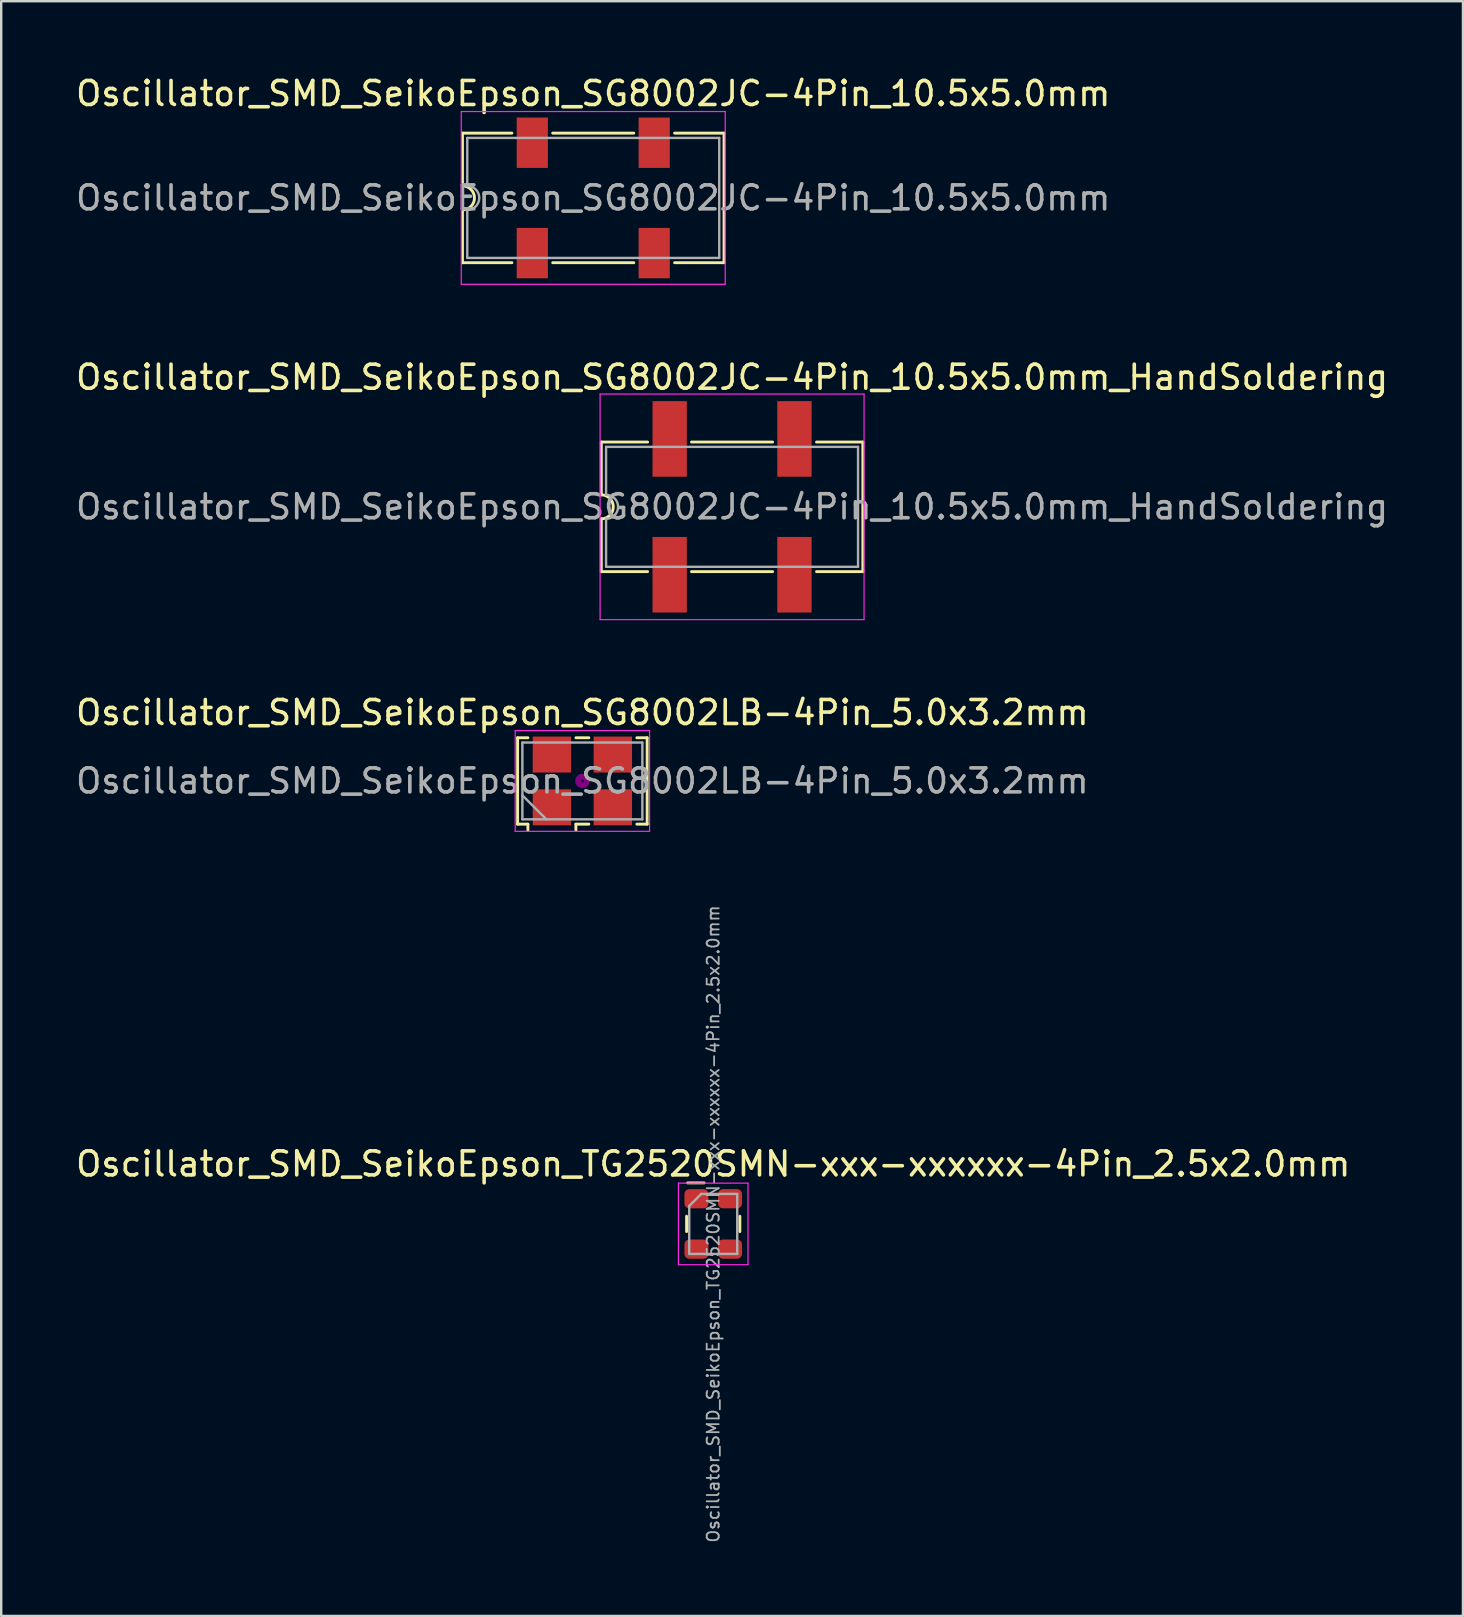
<source format=kicad_pcb>
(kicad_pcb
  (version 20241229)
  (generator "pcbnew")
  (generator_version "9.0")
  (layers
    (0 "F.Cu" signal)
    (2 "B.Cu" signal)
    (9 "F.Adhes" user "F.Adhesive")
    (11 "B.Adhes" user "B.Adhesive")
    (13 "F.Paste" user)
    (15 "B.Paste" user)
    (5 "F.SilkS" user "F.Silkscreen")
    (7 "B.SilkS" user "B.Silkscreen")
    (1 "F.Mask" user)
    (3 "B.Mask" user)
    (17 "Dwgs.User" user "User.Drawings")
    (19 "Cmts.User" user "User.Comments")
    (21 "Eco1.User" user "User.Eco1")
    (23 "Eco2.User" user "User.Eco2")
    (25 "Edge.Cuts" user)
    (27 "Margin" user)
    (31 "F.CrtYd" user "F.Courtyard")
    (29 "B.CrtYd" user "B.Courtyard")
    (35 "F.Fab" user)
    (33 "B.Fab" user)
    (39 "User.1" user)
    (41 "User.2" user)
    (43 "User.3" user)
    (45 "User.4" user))
  (footprint "Oscillator_SMD_SeikoEpson_SG8002JC-4Pin_10.5x5.0mm_HandSoldering"
    (layer "F.Cu")
    (at 27.458 18.072)
    (property "Reference" "Oscillator_SMD_SeikoEpson_SG8002JC-4Pin_10.5x5.0mm_HandSoldering" (at 0 -5.4 0) (layer "F.SilkS") (effects (font (size 1 1) (thickness 0.15))))
    (attr smd)
    (fp_line (start -5.45 -2.7) (end -3.52 -2.7) (stroke (width 0.12) (type solid)) (layer "F.SilkS"))
    (fp_line (start -5.45 -0.5) (end -5.45 -2.7) (stroke (width 0.12) (type solid)) (layer "F.SilkS"))
    (fp_line (start -5.45 2.7) (end -5.45 0.5) (stroke (width 0.12) (type solid)) (layer "F.SilkS"))
    (fp_line (start -5.45 2.7) (end -3.52 2.7) (stroke (width 0.12) (type solid)) (layer "F.SilkS"))
    (fp_line (start -1.69 -2.7) (end 1.69 -2.7) (stroke (width 0.12) (type solid)) (layer "F.SilkS"))
    (fp_line (start 1.69 2.7) (end -1.69 2.7) (stroke (width 0.12) (type solid)) (layer "F.SilkS"))
    (fp_line (start 3.52 -2.7) (end 5.45 -2.7) (stroke (width 0.12) (type solid)) (layer "F.SilkS"))
    (fp_line (start 5.45 -2.7) (end 5.45 2.7) (stroke (width 0.12) (type solid)) (layer "F.SilkS"))
    (fp_line (start 5.45 2.7) (end 3.52 2.7) (stroke (width 0.12) (type solid)) (layer "F.SilkS"))
    (fp_arc (start -5.45 -0.5) (mid -4.95 0) (end -5.45 0.5) (stroke (width 0.12) (type solid)) (layer "F.SilkS"))
    (fp_line (start -5.5 -4.7) (end -5.5 4.7) (stroke (width 0.05) (type solid)) (layer "F.CrtYd"))
    (fp_line (start -5.5 4.7) (end 5.5 4.7) (stroke (width 0.05) (type solid)) (layer "F.CrtYd"))
    (fp_line (start 5.5 -4.7) (end -5.5 -4.7) (stroke (width 0.05) (type solid)) (layer "F.CrtYd"))
    (fp_line (start 5.5 4.7) (end 5.5 -4.7) (stroke (width 0.05) (type solid)) (layer "F.CrtYd"))
    (fp_line (start -5.25 -2.5) (end 5.25 -2.5) (stroke (width 0.1) (type solid)) (layer "F.Fab"))
    (fp_line (start -5.25 -0.5) (end -5.25 -2.5) (stroke (width 0.1) (type solid)) (layer "F.Fab"))
    (fp_line (start -5.25 2.5) (end -5.25 0.5) (stroke (width 0.1) (type solid)) (layer "F.Fab"))
    (fp_line (start 5.25 -2.5) (end 5.25 2.5) (stroke (width 0.1) (type solid)) (layer "F.Fab"))
    (fp_line (start 5.25 2.5) (end -5.25 2.5) (stroke (width 0.1) (type solid)) (layer "F.Fab"))
    (fp_arc (start -5.25 -0.5) (mid -4.75 0) (end -5.25 0.5) (stroke (width 0.1) (type solid)) (layer "F.Fab"))
    (fp_text user "${REFERENCE}" (at 0 0 0) (layer "F.Fab") (effects (font (size 1 1) (thickness 0.15))))
    (pad "1" smd rect (at -2.6 2.83) (size 1.43 3.15) (layers "F.Cu" "F.Mask" "F.Paste"))
    (pad "2" smd rect (at 2.6 2.83) (size 1.43 3.15) (layers "F.Cu" "F.Mask" "F.Paste"))
    (pad "3" smd rect (at 2.6 -2.83) (size 1.43 3.15) (layers "F.Cu" "F.Mask" "F.Paste"))
    (pad "4" smd rect (at -2.6 -2.83) (size 1.43 3.15) (layers "F.Cu" "F.Mask" "F.Paste")))
  (footprint "Oscillator_SMD_SeikoEpson_SG8002LB-4Pin_5.0x3.2mm"
    (layer "F.Cu")
    (at 21.22 29.495)
    (property "Reference" "Oscillator_SMD_SeikoEpson_SG8002LB-4Pin_5.0x3.2mm" (at 0 -2.85 0) (layer "F.SilkS") (effects (font (size 1 1) (thickness 0.15))))
    (attr smd)
    (fp_line (start -2.7 -1.8) (end -2.27 -1.8) (stroke (width 0.12) (type solid)) (layer "F.SilkS"))
    (fp_line (start -2.7 1.8) (end -2.7 -1.8) (stroke (width 0.12) (type solid)) (layer "F.SilkS"))
    (fp_line (start -2.27 1.8) (end -2.7 1.8) (stroke (width 0.12) (type solid)) (layer "F.SilkS"))
    (fp_line (start -2.27 2.05) (end -2.27 1.8) (stroke (width 0.12) (type solid)) (layer "F.SilkS"))
    (fp_line (start -0.27 -1.8) (end 0.27 -1.8) (stroke (width 0.12) (type solid)) (layer "F.SilkS"))
    (fp_line (start -0.27 1.8) (end -0.27 2.05) (stroke (width 0.12) (type solid)) (layer "F.SilkS"))
    (fp_line (start 0.27 1.8) (end -0.27 1.8) (stroke (width 0.12) (type solid)) (layer "F.SilkS"))
    (fp_line (start 2.27 -1.8) (end 2.7 -1.8) (stroke (width 0.12) (type solid)) (layer "F.SilkS"))
    (fp_line (start 2.7 -1.8) (end 2.7 1.8) (stroke (width 0.12) (type solid)) (layer "F.SilkS"))
    (fp_line (start 2.7 1.8) (end 2.27 1.8) (stroke (width 0.12) (type solid)) (layer "F.SilkS"))
    (fp_circle (center 0 0) (end 0.058 0) (stroke (width 0.117) (type solid)) (fill no) (layer "F.Adhes"))
    (fp_circle (center 0 0) (end 0.133 0) (stroke (width 0.083) (type solid)) (fill no) (layer "F.Adhes"))
    (fp_circle (center 0 0) (end 0.208 0) (stroke (width 0.083) (type solid)) (fill no) (layer "F.Adhes"))
    (fp_circle (center 0 0) (end 0.25 0) (stroke (width 0.1) (type solid)) (fill no) (layer "F.Adhes"))
    (fp_line (start -2.8 -2.1) (end -2.8 2.1) (stroke (width 0.05) (type solid)) (layer "F.CrtYd"))
    (fp_line (start -2.8 2.1) (end 2.8 2.1) (stroke (width 0.05) (type solid)) (layer "F.CrtYd"))
    (fp_line (start 2.8 -2.1) (end -2.8 -2.1) (stroke (width 0.05) (type solid)) (layer "F.CrtYd"))
    (fp_line (start 2.8 2.1) (end 2.8 -2.1) (stroke (width 0.05) (type solid)) (layer "F.CrtYd"))
    (fp_line (start -2.5 -1.6) (end -2.5 1.6) (stroke (width 0.1) (type solid)) (layer "F.Fab"))
    (fp_line (start -2.5 0.6) (end -1.5 1.6) (stroke (width 0.1) (type solid)) (layer "F.Fab"))
    (fp_line (start -2.5 1.6) (end 2.5 1.6) (stroke (width 0.1) (type solid)) (layer "F.Fab"))
    (fp_line (start 2.5 -1.6) (end -2.5 -1.6) (stroke (width 0.1) (type solid)) (layer "F.Fab"))
    (fp_line (start 2.5 1.6) (end 2.5 -1.6) (stroke (width 0.1) (type solid)) (layer "F.Fab"))
    (fp_text user "${REFERENCE}" (at 0 0 0) (layer "F.Fab") (effects (font (size 1 1) (thickness 0.15))))
    (pad "1" smd rect (at -1.27 1.1) (size 1.6 1.5) (layers "F.Cu" "F.Mask" "F.Paste"))
    (pad "2" smd rect (at 1.27 1.1) (size 1.6 1.5) (layers "F.Cu" "F.Mask" "F.Paste"))
    (pad "3" smd rect (at 1.27 -1.1) (size 1.6 1.5) (layers "F.Cu" "F.Mask" "F.Paste"))
    (pad "4" smd rect (at -1.27 -1.1) (size 1.6 1.5) (layers "F.Cu" "F.Mask" "F.Paste")))
  (footprint "Oscillator_SMD_SeikoEpson_TG2520SMN-xxx-xxxxxx-4Pin_2.5x2.0mm"
    (layer "F.Cu")
    (at 26.673 47.956)
    (property "Reference" "Oscillator_SMD_SeikoEpson_TG2520SMN-xxx-xxxxxx-4Pin_2.5x2.0mm" (at 0 -2.5 0) (layer "F.SilkS") (effects (font (size 1 1) (thickness 0.15))))
    (attr smd)
    (fp_line (start -1.11 0.32) (end -1.11 -0.32) (stroke (width 0.12) (type solid)) (layer "F.SilkS"))
    (fp_line (start -0.38 -1.71) (end -1.07 -1.71) (stroke (width 0.12) (type solid)) (layer "F.SilkS"))
    (fp_line (start 1.11 0.32) (end 1.11 -0.32) (stroke (width 0.12) (type solid)) (layer "F.SilkS"))
    (fp_line (start -1.45 -1.7) (end -1.45 1.7) (stroke (width 0.05) (type solid)) (layer "F.CrtYd"))
    (fp_line (start -1.45 -1.7) (end 1.45 -1.7) (stroke (width 0.05) (type solid)) (layer "F.CrtYd"))
    (fp_line (start -1.45 1.7) (end 1.45 1.7) (stroke (width 0.05) (type solid)) (layer "F.CrtYd"))
    (fp_line (start 1.45 -1.7) (end 1.45 1.7) (stroke (width 0.05) (type solid)) (layer "F.CrtYd"))
    (fp_line (start -1 -0.75) (end -1 1.25) (stroke (width 0.1) (type solid)) (layer "F.Fab"))
    (fp_line (start -1 -0.75) (end -0.5 -1.25) (stroke (width 0.1) (type solid)) (layer "F.Fab"))
    (fp_line (start -1 1.25) (end 1 1.25) (stroke (width 0.1) (type solid)) (layer "F.Fab"))
    (fp_line (start -0.5 -1.25) (end 1 -1.25) (stroke (width 0.1) (type solid)) (layer "F.Fab"))
    (fp_line (start 1 -1.25) (end 1 1.25) (stroke (width 0.1) (type solid)) (layer "F.Fab"))
    (fp_text user "${REFERENCE}" (at 0 0 90) (layer "F.Fab") (effects (font (size 0.5 0.5) (thickness 0.075))))
    (pad "1" smd roundrect (at -0.7 -1.05) (size 1 0.8) (layers "F.Cu" "F.Mask" "F.Paste") (roundrect_rratio 0.25))
    (pad "2" smd roundrect (at -0.7 1.05) (size 1 0.8) (layers "F.Cu" "F.Mask" "F.Paste") (roundrect_rratio 0.25))
    (pad "3" smd roundrect (at 0.7 1.05) (size 1 0.8) (layers "F.Cu" "F.Mask" "F.Paste") (roundrect_rratio 0.25))
    (pad "4" smd roundrect (at 0.7 -1.05) (size 1 0.8) (layers "F.Cu" "F.Mask" "F.Paste") (roundrect_rratio 0.25))
    (zone (net_name "") (layers "F.Cu" "F.SilkS") (hatch edge 0.508) (connect_pads) (min_thickness 0.254) (filled_areas_thickness no) (keepout (tracks not_allowed) (vias not_allowed) (pads not_allowed) (copperpour not_allowed) (footprints allowed)) (placement (enabled no)) (fill) (polygon (pts (xy 26.523 46.656) (xy 26.823 46.656) (xy 26.823 47.356) (xy 27.673 47.356) (xy 27.673 48.556) (xy 26.823 48.556) (xy 26.823 49.206) (xy 26.523 49.206) (xy 26.523 48.556) (xy 25.673 48.556) (xy 25.673 47.356) (xy 26.523 47.356)))))
  (footprint "Oscillator_SMD_SeikoEpson_SG8002JC-4Pin_10.5x5.0mm"
    (layer "F.Cu")
    (at 21.673 5.198)
    (property "Reference" "Oscillator_SMD_SeikoEpson_SG8002JC-4Pin_10.5x5.0mm" (at 0 -4.35 0) (layer "F.SilkS") (effects (font (size 1 1) (thickness 0.15))))
    (attr smd)
    (fp_line (start -5.45 -2.7) (end -3.39 -2.7) (stroke (width 0.12) (type solid)) (layer "F.SilkS"))
    (fp_line (start -5.45 -0.5) (end -5.45 -2.7) (stroke (width 0.12) (type solid)) (layer "F.SilkS"))
    (fp_line (start -5.45 2.7) (end -5.45 0.5) (stroke (width 0.12) (type solid)) (layer "F.SilkS"))
    (fp_line (start -5.45 2.7) (end -3.39 2.7) (stroke (width 0.12) (type solid)) (layer "F.SilkS"))
    (fp_line (start -1.69 -2.7) (end 1.69 -2.7) (stroke (width 0.12) (type solid)) (layer "F.SilkS"))
    (fp_line (start 1.69 2.7) (end -1.69 2.7) (stroke (width 0.12) (type solid)) (layer "F.SilkS"))
    (fp_line (start 3.39 -2.7) (end 5.45 -2.7) (stroke (width 0.12) (type solid)) (layer "F.SilkS"))
    (fp_line (start 5.45 -2.7) (end 5.45 2.7) (stroke (width 0.12) (type solid)) (layer "F.SilkS"))
    (fp_line (start 5.45 2.7) (end 3.39 2.7) (stroke (width 0.12) (type solid)) (layer "F.SilkS"))
    (fp_arc (start -5.45 -0.5) (mid -4.95 0) (end -5.45 0.5) (stroke (width 0.12) (type solid)) (layer "F.SilkS"))
    (fp_line (start -5.5 -3.6) (end -5.5 3.6) (stroke (width 0.05) (type solid)) (layer "F.CrtYd"))
    (fp_line (start -5.5 3.6) (end 5.5 3.6) (stroke (width 0.05) (type solid)) (layer "F.CrtYd"))
    (fp_line (start 5.5 -3.6) (end -5.5 -3.6) (stroke (width 0.05) (type solid)) (layer "F.CrtYd"))
    (fp_line (start 5.5 3.6) (end 5.5 -3.6) (stroke (width 0.05) (type solid)) (layer "F.CrtYd"))
    (fp_line (start -5.25 -2.5) (end 5.25 -2.5) (stroke (width 0.1) (type solid)) (layer "F.Fab"))
    (fp_line (start -5.25 -0.5) (end -5.25 -2.5) (stroke (width 0.1) (type solid)) (layer "F.Fab"))
    (fp_line (start -5.25 2.5) (end -5.25 0.5) (stroke (width 0.1) (type solid)) (layer "F.Fab"))
    (fp_line (start 5.25 -2.5) (end 5.25 2.5) (stroke (width 0.1) (type solid)) (layer "F.Fab"))
    (fp_line (start 5.25 2.5) (end -5.25 2.5) (stroke (width 0.1) (type solid)) (layer "F.Fab"))
    (fp_arc (start -5.25 -0.5) (mid -4.75 0) (end -5.25 0.5) (stroke (width 0.1) (type solid)) (layer "F.Fab"))
    (fp_text user "${REFERENCE}" (at 0 0 0) (layer "F.Fab") (effects (font (size 1 1) (thickness 0.15))))
    (pad "1" smd rect (at -2.54 2.3) (size 1.3 2.1) (layers "F.Cu" "F.Mask" "F.Paste"))
    (pad "2" smd rect (at 2.54 2.3) (size 1.3 2.1) (layers "F.Cu" "F.Mask" "F.Paste"))
    (pad "3" smd rect (at 2.54 -2.3) (size 1.3 2.1) (layers "F.Cu" "F.Mask" "F.Paste"))
    (pad "4" smd rect (at -2.54 -2.3) (size 1.3 2.1) (layers "F.Cu" "F.Mask" "F.Paste")))
  (gr_rect
    (start -3 -3)
    (end 57.917 64.292)
    (stroke (width 0.1) (type default))
    (fill no)
    (layer "Edge.Cuts")))
</source>
